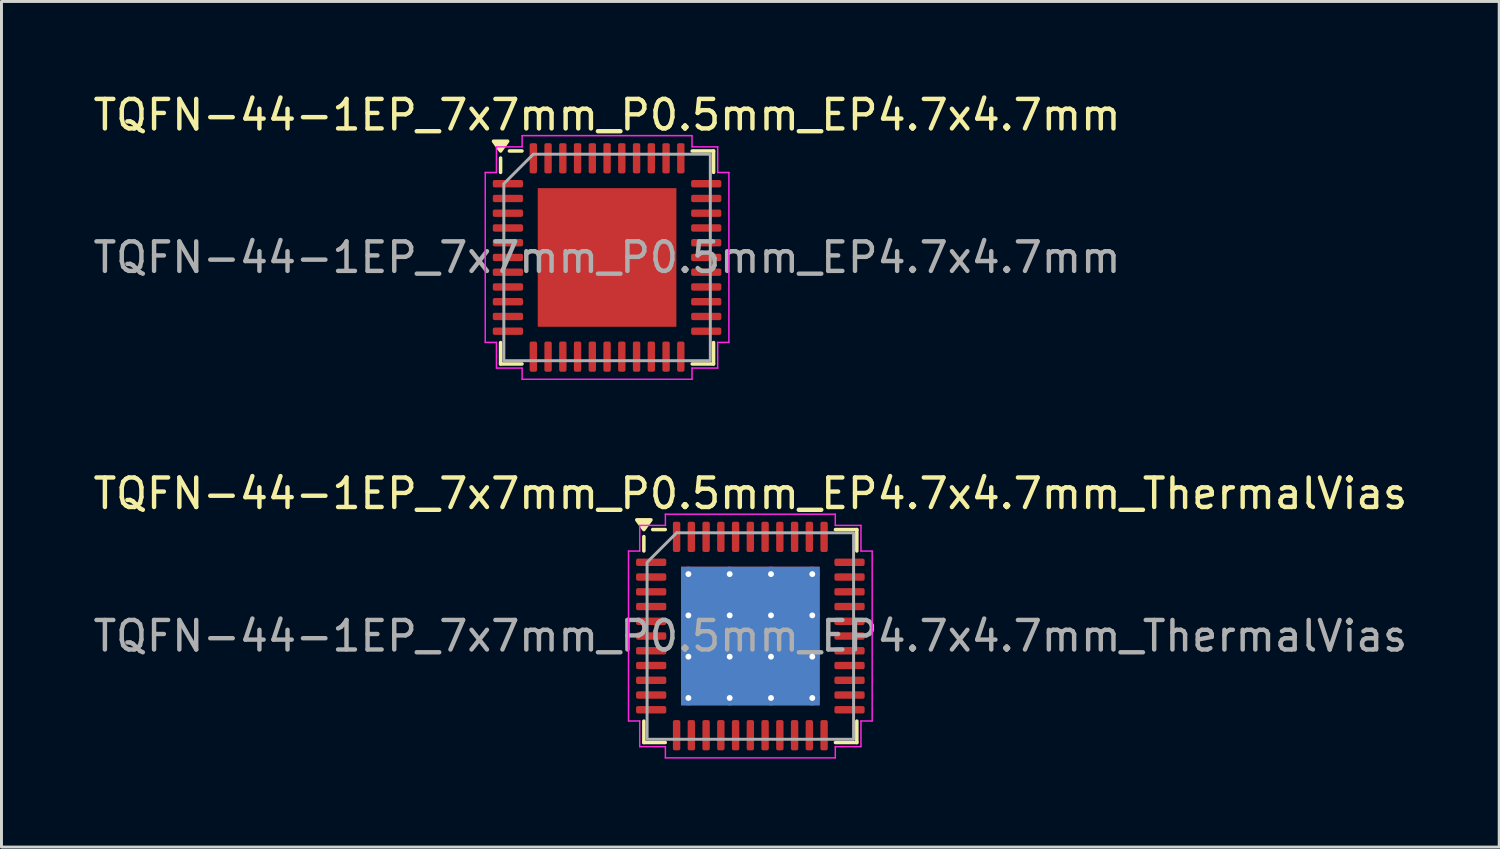
<source format=kicad_pcb>
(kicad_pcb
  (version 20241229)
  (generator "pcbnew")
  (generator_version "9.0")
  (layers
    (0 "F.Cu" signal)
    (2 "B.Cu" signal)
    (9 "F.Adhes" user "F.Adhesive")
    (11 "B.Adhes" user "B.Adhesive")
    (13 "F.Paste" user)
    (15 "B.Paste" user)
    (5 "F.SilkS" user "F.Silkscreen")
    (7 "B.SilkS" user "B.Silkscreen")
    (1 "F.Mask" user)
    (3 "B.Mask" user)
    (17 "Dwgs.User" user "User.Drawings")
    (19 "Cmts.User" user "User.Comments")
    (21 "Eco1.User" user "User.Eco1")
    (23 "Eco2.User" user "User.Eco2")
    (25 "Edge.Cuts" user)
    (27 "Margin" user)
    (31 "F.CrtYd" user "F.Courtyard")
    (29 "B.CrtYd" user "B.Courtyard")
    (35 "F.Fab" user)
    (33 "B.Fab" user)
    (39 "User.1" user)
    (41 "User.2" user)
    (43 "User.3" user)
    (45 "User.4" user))
  (footprint "TQFN-44-1EP_7x7mm_P0.5mm_EP4.7x4.7mm_ThermalVias"
    (layer "F.Cu")
    (at 22.387 18.512)
    (property "Reference" "TQFN-44-1EP_7x7mm_P0.5mm_EP4.7x4.7mm_ThermalVias" (at 0 -4.83 0) (layer "F.SilkS") (effects (font (size 1 1) (thickness 0.15))))
    (attr smd)
    (fp_line (start -3.61 -2.885) (end -3.61 -3.37) (stroke (width 0.12) (type solid)) (layer "F.SilkS"))
    (fp_line (start -3.61 3.61) (end -3.61 2.885) (stroke (width 0.12) (type solid)) (layer "F.SilkS"))
    (fp_line (start -2.885 -3.61) (end -3.31 -3.61) (stroke (width 0.12) (type solid)) (layer "F.SilkS"))
    (fp_line (start -2.885 3.61) (end -3.61 3.61) (stroke (width 0.12) (type solid)) (layer "F.SilkS"))
    (fp_line (start 2.885 -3.61) (end 3.61 -3.61) (stroke (width 0.12) (type solid)) (layer "F.SilkS"))
    (fp_line (start 2.885 3.61) (end 3.61 3.61) (stroke (width 0.12) (type solid)) (layer "F.SilkS"))
    (fp_line (start 3.61 -3.61) (end 3.61 -2.885) (stroke (width 0.12) (type solid)) (layer "F.SilkS"))
    (fp_line (start 3.61 3.61) (end 3.61 2.885) (stroke (width 0.12) (type solid)) (layer "F.SilkS"))
    (fp_poly (pts (xy -3.61 -3.61) (xy -3.85 -3.94) (xy -3.37 -3.94)) (stroke (width 0.12) (type solid)) (fill yes) (layer "F.SilkS"))
    (fp_line (start -4.13 -2.88) (end -3.75 -2.88) (stroke (width 0.05) (type solid)) (layer "F.CrtYd"))
    (fp_line (start -4.13 2.88) (end -4.13 -2.88) (stroke (width 0.05) (type solid)) (layer "F.CrtYd"))
    (fp_line (start -3.75 -3.75) (end -2.88 -3.75) (stroke (width 0.05) (type solid)) (layer "F.CrtYd"))
    (fp_line (start -3.75 -2.88) (end -3.75 -3.75) (stroke (width 0.05) (type solid)) (layer "F.CrtYd"))
    (fp_line (start -3.75 2.88) (end -4.13 2.88) (stroke (width 0.05) (type solid)) (layer "F.CrtYd"))
    (fp_line (start -3.75 3.75) (end -3.75 2.88) (stroke (width 0.05) (type solid)) (layer "F.CrtYd"))
    (fp_line (start -2.88 -4.13) (end 2.88 -4.13) (stroke (width 0.05) (type solid)) (layer "F.CrtYd"))
    (fp_line (start -2.88 -3.75) (end -2.88 -4.13) (stroke (width 0.05) (type solid)) (layer "F.CrtYd"))
    (fp_line (start -2.88 3.75) (end -3.75 3.75) (stroke (width 0.05) (type solid)) (layer "F.CrtYd"))
    (fp_line (start -2.88 4.13) (end -2.88 3.75) (stroke (width 0.05) (type solid)) (layer "F.CrtYd"))
    (fp_line (start 2.88 -4.13) (end 2.88 -3.75) (stroke (width 0.05) (type solid)) (layer "F.CrtYd"))
    (fp_line (start 2.88 -3.75) (end 3.75 -3.75) (stroke (width 0.05) (type solid)) (layer "F.CrtYd"))
    (fp_line (start 2.88 3.75) (end 2.88 4.13) (stroke (width 0.05) (type solid)) (layer "F.CrtYd"))
    (fp_line (start 2.88 4.13) (end -2.88 4.13) (stroke (width 0.05) (type solid)) (layer "F.CrtYd"))
    (fp_line (start 3.75 -3.75) (end 3.75 -2.88) (stroke (width 0.05) (type solid)) (layer "F.CrtYd"))
    (fp_line (start 3.75 -2.88) (end 4.13 -2.88) (stroke (width 0.05) (type solid)) (layer "F.CrtYd"))
    (fp_line (start 3.75 2.88) (end 3.75 3.75) (stroke (width 0.05) (type solid)) (layer "F.CrtYd"))
    (fp_line (start 3.75 3.75) (end 2.88 3.75) (stroke (width 0.05) (type solid)) (layer "F.CrtYd"))
    (fp_line (start 4.13 -2.88) (end 4.13 2.88) (stroke (width 0.05) (type solid)) (layer "F.CrtYd"))
    (fp_line (start 4.13 2.88) (end 3.75 2.88) (stroke (width 0.05) (type solid)) (layer "F.CrtYd"))
    (fp_poly (pts (xy -3.5 -2.5) (xy -3.5 3.5) (xy 3.5 3.5) (xy 3.5 -3.5) (xy -2.5 -3.5)) (stroke (width 0.1) (type solid)) (fill no) (layer "F.Fab"))
    (fp_text user "${REFERENCE}" (at 0 0 0) (layer "F.Fab") (effects (font (size 1 1) (thickness 0.15))))
    (pad "" smd roundrect (at -1.57 -1.57) (size 1.36 1.36) (layers "F.Paste") (roundrect_rratio 0.184))
    (pad "" smd roundrect (at -1.57 0) (size 1.36 1.36) (layers "F.Paste") (roundrect_rratio 0.184))
    (pad "" smd roundrect (at -1.57 1.57) (size 1.36 1.36) (layers "F.Paste") (roundrect_rratio 0.184))
    (pad "" smd roundrect (at 0 -1.57) (size 1.36 1.36) (layers "F.Paste") (roundrect_rratio 0.184))
    (pad "" smd roundrect (at 0 0) (size 1.36 1.36) (layers "F.Paste") (roundrect_rratio 0.184))
    (pad "" smd roundrect (at 0 1.57) (size 1.36 1.36) (layers "F.Paste") (roundrect_rratio 0.184))
    (pad "" smd roundrect (at 1.57 -1.57) (size 1.36 1.36) (layers "F.Paste") (roundrect_rratio 0.184))
    (pad "" smd roundrect (at 1.57 0) (size 1.36 1.36) (layers "F.Paste") (roundrect_rratio 0.184))
    (pad "" smd roundrect (at 1.57 1.57) (size 1.36 1.36) (layers "F.Paste") (roundrect_rratio 0.184))
    (pad "1" smd roundrect (at -3.362 -2.5) (size 1.025 0.25) (layers "F.Cu" "F.Mask" "F.Paste") (roundrect_rratio 0.25))
    (pad "2" smd roundrect (at -3.362 -2) (size 1.025 0.25) (layers "F.Cu" "F.Mask" "F.Paste") (roundrect_rratio 0.25))
    (pad "3" smd roundrect (at -3.362 -1.5) (size 1.025 0.25) (layers "F.Cu" "F.Mask" "F.Paste") (roundrect_rratio 0.25))
    (pad "4" smd roundrect (at -3.362 -1) (size 1.025 0.25) (layers "F.Cu" "F.Mask" "F.Paste") (roundrect_rratio 0.25))
    (pad "5" smd roundrect (at -3.362 -0.5) (size 1.025 0.25) (layers "F.Cu" "F.Mask" "F.Paste") (roundrect_rratio 0.25))
    (pad "6" smd roundrect (at -3.362 0) (size 1.025 0.25) (layers "F.Cu" "F.Mask" "F.Paste") (roundrect_rratio 0.25))
    (pad "7" smd roundrect (at -3.362 0.5) (size 1.025 0.25) (layers "F.Cu" "F.Mask" "F.Paste") (roundrect_rratio 0.25))
    (pad "8" smd roundrect (at -3.362 1) (size 1.025 0.25) (layers "F.Cu" "F.Mask" "F.Paste") (roundrect_rratio 0.25))
    (pad "9" smd roundrect (at -3.362 1.5) (size 1.025 0.25) (layers "F.Cu" "F.Mask" "F.Paste") (roundrect_rratio 0.25))
    (pad "10" smd roundrect (at -3.362 2) (size 1.025 0.25) (layers "F.Cu" "F.Mask" "F.Paste") (roundrect_rratio 0.25))
    (pad "11" smd roundrect (at -3.362 2.5) (size 1.025 0.25) (layers "F.Cu" "F.Mask" "F.Paste") (roundrect_rratio 0.25))
    (pad "12" smd roundrect (at -2.5 3.362) (size 0.25 1.025) (layers "F.Cu" "F.Mask" "F.Paste") (roundrect_rratio 0.25))
    (pad "13" smd roundrect (at -2 3.362) (size 0.25 1.025) (layers "F.Cu" "F.Mask" "F.Paste") (roundrect_rratio 0.25))
    (pad "14" smd roundrect (at -1.5 3.362) (size 0.25 1.025) (layers "F.Cu" "F.Mask" "F.Paste") (roundrect_rratio 0.25))
    (pad "15" smd roundrect (at -1 3.362) (size 0.25 1.025) (layers "F.Cu" "F.Mask" "F.Paste") (roundrect_rratio 0.25))
    (pad "16" smd roundrect (at -0.5 3.362) (size 0.25 1.025) (layers "F.Cu" "F.Mask" "F.Paste") (roundrect_rratio 0.25))
    (pad "17" smd roundrect (at 0 3.362) (size 0.25 1.025) (layers "F.Cu" "F.Mask" "F.Paste") (roundrect_rratio 0.25))
    (pad "18" smd roundrect (at 0.5 3.362) (size 0.25 1.025) (layers "F.Cu" "F.Mask" "F.Paste") (roundrect_rratio 0.25))
    (pad "19" smd roundrect (at 1 3.362) (size 0.25 1.025) (layers "F.Cu" "F.Mask" "F.Paste") (roundrect_rratio 0.25))
    (pad "20" smd roundrect (at 1.5 3.362) (size 0.25 1.025) (layers "F.Cu" "F.Mask" "F.Paste") (roundrect_rratio 0.25))
    (pad "21" smd roundrect (at 2 3.362) (size 0.25 1.025) (layers "F.Cu" "F.Mask" "F.Paste") (roundrect_rratio 0.25))
    (pad "22" smd roundrect (at 2.5 3.362) (size 0.25 1.025) (layers "F.Cu" "F.Mask" "F.Paste") (roundrect_rratio 0.25))
    (pad "23" smd roundrect (at 3.362 2.5) (size 1.025 0.25) (layers "F.Cu" "F.Mask" "F.Paste") (roundrect_rratio 0.25))
    (pad "24" smd roundrect (at 3.362 2) (size 1.025 0.25) (layers "F.Cu" "F.Mask" "F.Paste") (roundrect_rratio 0.25))
    (pad "25" smd roundrect (at 3.362 1.5) (size 1.025 0.25) (layers "F.Cu" "F.Mask" "F.Paste") (roundrect_rratio 0.25))
    (pad "26" smd roundrect (at 3.362 1) (size 1.025 0.25) (layers "F.Cu" "F.Mask" "F.Paste") (roundrect_rratio 0.25))
    (pad "27" smd roundrect (at 3.362 0.5) (size 1.025 0.25) (layers "F.Cu" "F.Mask" "F.Paste") (roundrect_rratio 0.25))
    (pad "28" smd roundrect (at 3.362 0) (size 1.025 0.25) (layers "F.Cu" "F.Mask" "F.Paste") (roundrect_rratio 0.25))
    (pad "29" smd roundrect (at 3.362 -0.5) (size 1.025 0.25) (layers "F.Cu" "F.Mask" "F.Paste") (roundrect_rratio 0.25))
    (pad "30" smd roundrect (at 3.362 -1) (size 1.025 0.25) (layers "F.Cu" "F.Mask" "F.Paste") (roundrect_rratio 0.25))
    (pad "31" smd roundrect (at 3.362 -1.5) (size 1.025 0.25) (layers "F.Cu" "F.Mask" "F.Paste") (roundrect_rratio 0.25))
    (pad "32" smd roundrect (at 3.362 -2) (size 1.025 0.25) (layers "F.Cu" "F.Mask" "F.Paste") (roundrect_rratio 0.25))
    (pad "33" smd roundrect (at 3.362 -2.5) (size 1.025 0.25) (layers "F.Cu" "F.Mask" "F.Paste") (roundrect_rratio 0.25))
    (pad "34" smd roundrect (at 2.5 -3.362) (size 0.25 1.025) (layers "F.Cu" "F.Mask" "F.Paste") (roundrect_rratio 0.25))
    (pad "35" smd roundrect (at 2 -3.362) (size 0.25 1.025) (layers "F.Cu" "F.Mask" "F.Paste") (roundrect_rratio 0.25))
    (pad "36" smd roundrect (at 1.5 -3.362) (size 0.25 1.025) (layers "F.Cu" "F.Mask" "F.Paste") (roundrect_rratio 0.25))
    (pad "37" smd roundrect (at 1 -3.362) (size 0.25 1.025) (layers "F.Cu" "F.Mask" "F.Paste") (roundrect_rratio 0.25))
    (pad "38" smd roundrect (at 0.5 -3.362) (size 0.25 1.025) (layers "F.Cu" "F.Mask" "F.Paste") (roundrect_rratio 0.25))
    (pad "39" smd roundrect (at 0 -3.362) (size 0.25 1.025) (layers "F.Cu" "F.Mask" "F.Paste") (roundrect_rratio 0.25))
    (pad "40" smd roundrect (at -0.5 -3.362) (size 0.25 1.025) (layers "F.Cu" "F.Mask" "F.Paste") (roundrect_rratio 0.25))
    (pad "41" smd roundrect (at -1 -3.362) (size 0.25 1.025) (layers "F.Cu" "F.Mask" "F.Paste") (roundrect_rratio 0.25))
    (pad "42" smd roundrect (at -1.5 -3.362) (size 0.25 1.025) (layers "F.Cu" "F.Mask" "F.Paste") (roundrect_rratio 0.25))
    (pad "43" smd roundrect (at -2 -3.362) (size 0.25 1.025) (layers "F.Cu" "F.Mask" "F.Paste") (roundrect_rratio 0.25))
    (pad "44" smd roundrect (at -2.5 -3.362) (size 0.25 1.025) (layers "F.Cu" "F.Mask" "F.Paste") (roundrect_rratio 0.25))
    (pad "45" thru_hole circle (at -2.1 -2.1) (size 0.5 0.5) (drill 0.2) (property pad_prop_heatsink) (layers "*.Cu"))
    (pad "45" thru_hole circle (at -2.1 -0.7) (size 0.5 0.5) (drill 0.2) (property pad_prop_heatsink) (layers "*.Cu"))
    (pad "45" thru_hole circle (at -2.1 0.7) (size 0.5 0.5) (drill 0.2) (property pad_prop_heatsink) (layers "*.Cu"))
    (pad "45" thru_hole circle (at -2.1 2.1) (size 0.5 0.5) (drill 0.2) (property pad_prop_heatsink) (layers "*.Cu"))
    (pad "45" thru_hole circle (at -0.7 -2.1) (size 0.5 0.5) (drill 0.2) (property pad_prop_heatsink) (layers "*.Cu"))
    (pad "45" thru_hole circle (at -0.7 -0.7) (size 0.5 0.5) (drill 0.2) (property pad_prop_heatsink) (layers "*.Cu"))
    (pad "45" thru_hole circle (at -0.7 0.7) (size 0.5 0.5) (drill 0.2) (property pad_prop_heatsink) (layers "*.Cu"))
    (pad "45" thru_hole circle (at -0.7 2.1) (size 0.5 0.5) (drill 0.2) (property pad_prop_heatsink) (layers "*.Cu"))
    (pad "45" smd rect (at 0 0) (size 4.7 4.7) (property pad_prop_heatsink) (layers "F.Cu" "F.Mask"))
    (pad "45" smd rect (at 0 0) (size 4.7 4.7) (property pad_prop_heatsink) (layers "B.Cu"))
    (pad "45" thru_hole circle (at 0.7 -2.1) (size 0.5 0.5) (drill 0.2) (property pad_prop_heatsink) (layers "*.Cu"))
    (pad "45" thru_hole circle (at 0.7 -0.7) (size 0.5 0.5) (drill 0.2) (property pad_prop_heatsink) (layers "*.Cu"))
    (pad "45" thru_hole circle (at 0.7 0.7) (size 0.5 0.5) (drill 0.2) (property pad_prop_heatsink) (layers "*.Cu"))
    (pad "45" thru_hole circle (at 0.7 2.1) (size 0.5 0.5) (drill 0.2) (property pad_prop_heatsink) (layers "*.Cu"))
    (pad "45" thru_hole circle (at 2.1 -2.1) (size 0.5 0.5) (drill 0.2) (property pad_prop_heatsink) (layers "*.Cu"))
    (pad "45" thru_hole circle (at 2.1 -0.7) (size 0.5 0.5) (drill 0.2) (property pad_prop_heatsink) (layers "*.Cu"))
    (pad "45" thru_hole circle (at 2.1 0.7) (size 0.5 0.5) (drill 0.2) (property pad_prop_heatsink) (layers "*.Cu"))
    (pad "45" thru_hole circle (at 2.1 2.1) (size 0.5 0.5) (drill 0.2) (property pad_prop_heatsink) (layers "*.Cu")))
  (footprint "TQFN-44-1EP_7x7mm_P0.5mm_EP4.7x4.7mm"
    (layer "F.Cu")
    (at 17.53 5.678)
    (property "Reference" "TQFN-44-1EP_7x7mm_P0.5mm_EP4.7x4.7mm" (at 0 -4.83 0) (layer "F.SilkS") (effects (font (size 1 1) (thickness 0.15))))
    (attr smd)
    (fp_line (start -3.61 -2.885) (end -3.61 -3.37) (stroke (width 0.12) (type solid)) (layer "F.SilkS"))
    (fp_line (start -3.61 3.61) (end -3.61 2.885) (stroke (width 0.12) (type solid)) (layer "F.SilkS"))
    (fp_line (start -2.885 -3.61) (end -3.31 -3.61) (stroke (width 0.12) (type solid)) (layer "F.SilkS"))
    (fp_line (start -2.885 3.61) (end -3.61 3.61) (stroke (width 0.12) (type solid)) (layer "F.SilkS"))
    (fp_line (start 2.885 -3.61) (end 3.61 -3.61) (stroke (width 0.12) (type solid)) (layer "F.SilkS"))
    (fp_line (start 2.885 3.61) (end 3.61 3.61) (stroke (width 0.12) (type solid)) (layer "F.SilkS"))
    (fp_line (start 3.61 -3.61) (end 3.61 -2.885) (stroke (width 0.12) (type solid)) (layer "F.SilkS"))
    (fp_line (start 3.61 3.61) (end 3.61 2.885) (stroke (width 0.12) (type solid)) (layer "F.SilkS"))
    (fp_poly (pts (xy -3.61 -3.61) (xy -3.85 -3.94) (xy -3.37 -3.94)) (stroke (width 0.12) (type solid)) (fill yes) (layer "F.SilkS"))
    (fp_line (start -4.13 -2.88) (end -3.75 -2.88) (stroke (width 0.05) (type solid)) (layer "F.CrtYd"))
    (fp_line (start -4.13 2.88) (end -4.13 -2.88) (stroke (width 0.05) (type solid)) (layer "F.CrtYd"))
    (fp_line (start -3.75 -3.75) (end -2.88 -3.75) (stroke (width 0.05) (type solid)) (layer "F.CrtYd"))
    (fp_line (start -3.75 -2.88) (end -3.75 -3.75) (stroke (width 0.05) (type solid)) (layer "F.CrtYd"))
    (fp_line (start -3.75 2.88) (end -4.13 2.88) (stroke (width 0.05) (type solid)) (layer "F.CrtYd"))
    (fp_line (start -3.75 3.75) (end -3.75 2.88) (stroke (width 0.05) (type solid)) (layer "F.CrtYd"))
    (fp_line (start -2.88 -4.13) (end 2.88 -4.13) (stroke (width 0.05) (type solid)) (layer "F.CrtYd"))
    (fp_line (start -2.88 -3.75) (end -2.88 -4.13) (stroke (width 0.05) (type solid)) (layer "F.CrtYd"))
    (fp_line (start -2.88 3.75) (end -3.75 3.75) (stroke (width 0.05) (type solid)) (layer "F.CrtYd"))
    (fp_line (start -2.88 4.13) (end -2.88 3.75) (stroke (width 0.05) (type solid)) (layer "F.CrtYd"))
    (fp_line (start 2.88 -4.13) (end 2.88 -3.75) (stroke (width 0.05) (type solid)) (layer "F.CrtYd"))
    (fp_line (start 2.88 -3.75) (end 3.75 -3.75) (stroke (width 0.05) (type solid)) (layer "F.CrtYd"))
    (fp_line (start 2.88 3.75) (end 2.88 4.13) (stroke (width 0.05) (type solid)) (layer "F.CrtYd"))
    (fp_line (start 2.88 4.13) (end -2.88 4.13) (stroke (width 0.05) (type solid)) (layer "F.CrtYd"))
    (fp_line (start 3.75 -3.75) (end 3.75 -2.88) (stroke (width 0.05) (type solid)) (layer "F.CrtYd"))
    (fp_line (start 3.75 -2.88) (end 4.13 -2.88) (stroke (width 0.05) (type solid)) (layer "F.CrtYd"))
    (fp_line (start 3.75 2.88) (end 3.75 3.75) (stroke (width 0.05) (type solid)) (layer "F.CrtYd"))
    (fp_line (start 3.75 3.75) (end 2.88 3.75) (stroke (width 0.05) (type solid)) (layer "F.CrtYd"))
    (fp_line (start 4.13 -2.88) (end 4.13 2.88) (stroke (width 0.05) (type solid)) (layer "F.CrtYd"))
    (fp_line (start 4.13 2.88) (end 3.75 2.88) (stroke (width 0.05) (type solid)) (layer "F.CrtYd"))
    (fp_poly (pts (xy -3.5 -2.5) (xy -3.5 3.5) (xy 3.5 3.5) (xy 3.5 -3.5) (xy -2.5 -3.5)) (stroke (width 0.1) (type solid)) (fill no) (layer "F.Fab"))
    (fp_text user "${REFERENCE}" (at 0 0 0) (layer "F.Fab") (effects (font (size 1 1) (thickness 0.15))))
    (pad "" smd roundrect (at -1.57 -1.57) (size 1.26 1.26) (layers "F.Paste") (roundrect_rratio 0.198))
    (pad "" smd roundrect (at -1.57 0) (size 1.26 1.26) (layers "F.Paste") (roundrect_rratio 0.198))
    (pad "" smd roundrect (at -1.57 1.57) (size 1.26 1.26) (layers "F.Paste") (roundrect_rratio 0.198))
    (pad "" smd roundrect (at 0 -1.57) (size 1.26 1.26) (layers "F.Paste") (roundrect_rratio 0.198))
    (pad "" smd roundrect (at 0 0) (size 1.26 1.26) (layers "F.Paste") (roundrect_rratio 0.198))
    (pad "" smd roundrect (at 0 1.57) (size 1.26 1.26) (layers "F.Paste") (roundrect_rratio 0.198))
    (pad "" smd roundrect (at 1.57 -1.57) (size 1.26 1.26) (layers "F.Paste") (roundrect_rratio 0.198))
    (pad "" smd roundrect (at 1.57 0) (size 1.26 1.26) (layers "F.Paste") (roundrect_rratio 0.198))
    (pad "" smd roundrect (at 1.57 1.57) (size 1.26 1.26) (layers "F.Paste") (roundrect_rratio 0.198))
    (pad "1" smd roundrect (at -3.362 -2.5) (size 1.025 0.25) (layers "F.Cu" "F.Mask" "F.Paste") (roundrect_rratio 0.25))
    (pad "2" smd roundrect (at -3.362 -2) (size 1.025 0.25) (layers "F.Cu" "F.Mask" "F.Paste") (roundrect_rratio 0.25))
    (pad "3" smd roundrect (at -3.362 -1.5) (size 1.025 0.25) (layers "F.Cu" "F.Mask" "F.Paste") (roundrect_rratio 0.25))
    (pad "4" smd roundrect (at -3.362 -1) (size 1.025 0.25) (layers "F.Cu" "F.Mask" "F.Paste") (roundrect_rratio 0.25))
    (pad "5" smd roundrect (at -3.362 -0.5) (size 1.025 0.25) (layers "F.Cu" "F.Mask" "F.Paste") (roundrect_rratio 0.25))
    (pad "6" smd roundrect (at -3.362 0) (size 1.025 0.25) (layers "F.Cu" "F.Mask" "F.Paste") (roundrect_rratio 0.25))
    (pad "7" smd roundrect (at -3.362 0.5) (size 1.025 0.25) (layers "F.Cu" "F.Mask" "F.Paste") (roundrect_rratio 0.25))
    (pad "8" smd roundrect (at -3.362 1) (size 1.025 0.25) (layers "F.Cu" "F.Mask" "F.Paste") (roundrect_rratio 0.25))
    (pad "9" smd roundrect (at -3.362 1.5) (size 1.025 0.25) (layers "F.Cu" "F.Mask" "F.Paste") (roundrect_rratio 0.25))
    (pad "10" smd roundrect (at -3.362 2) (size 1.025 0.25) (layers "F.Cu" "F.Mask" "F.Paste") (roundrect_rratio 0.25))
    (pad "11" smd roundrect (at -3.362 2.5) (size 1.025 0.25) (layers "F.Cu" "F.Mask" "F.Paste") (roundrect_rratio 0.25))
    (pad "12" smd roundrect (at -2.5 3.362) (size 0.25 1.025) (layers "F.Cu" "F.Mask" "F.Paste") (roundrect_rratio 0.25))
    (pad "13" smd roundrect (at -2 3.362) (size 0.25 1.025) (layers "F.Cu" "F.Mask" "F.Paste") (roundrect_rratio 0.25))
    (pad "14" smd roundrect (at -1.5 3.362) (size 0.25 1.025) (layers "F.Cu" "F.Mask" "F.Paste") (roundrect_rratio 0.25))
    (pad "15" smd roundrect (at -1 3.362) (size 0.25 1.025) (layers "F.Cu" "F.Mask" "F.Paste") (roundrect_rratio 0.25))
    (pad "16" smd roundrect (at -0.5 3.362) (size 0.25 1.025) (layers "F.Cu" "F.Mask" "F.Paste") (roundrect_rratio 0.25))
    (pad "17" smd roundrect (at 0 3.362) (size 0.25 1.025) (layers "F.Cu" "F.Mask" "F.Paste") (roundrect_rratio 0.25))
    (pad "18" smd roundrect (at 0.5 3.362) (size 0.25 1.025) (layers "F.Cu" "F.Mask" "F.Paste") (roundrect_rratio 0.25))
    (pad "19" smd roundrect (at 1 3.362) (size 0.25 1.025) (layers "F.Cu" "F.Mask" "F.Paste") (roundrect_rratio 0.25))
    (pad "20" smd roundrect (at 1.5 3.362) (size 0.25 1.025) (layers "F.Cu" "F.Mask" "F.Paste") (roundrect_rratio 0.25))
    (pad "21" smd roundrect (at 2 3.362) (size 0.25 1.025) (layers "F.Cu" "F.Mask" "F.Paste") (roundrect_rratio 0.25))
    (pad "22" smd roundrect (at 2.5 3.362) (size 0.25 1.025) (layers "F.Cu" "F.Mask" "F.Paste") (roundrect_rratio 0.25))
    (pad "23" smd roundrect (at 3.362 2.5) (size 1.025 0.25) (layers "F.Cu" "F.Mask" "F.Paste") (roundrect_rratio 0.25))
    (pad "24" smd roundrect (at 3.362 2) (size 1.025 0.25) (layers "F.Cu" "F.Mask" "F.Paste") (roundrect_rratio 0.25))
    (pad "25" smd roundrect (at 3.362 1.5) (size 1.025 0.25) (layers "F.Cu" "F.Mask" "F.Paste") (roundrect_rratio 0.25))
    (pad "26" smd roundrect (at 3.362 1) (size 1.025 0.25) (layers "F.Cu" "F.Mask" "F.Paste") (roundrect_rratio 0.25))
    (pad "27" smd roundrect (at 3.362 0.5) (size 1.025 0.25) (layers "F.Cu" "F.Mask" "F.Paste") (roundrect_rratio 0.25))
    (pad "28" smd roundrect (at 3.362 0) (size 1.025 0.25) (layers "F.Cu" "F.Mask" "F.Paste") (roundrect_rratio 0.25))
    (pad "29" smd roundrect (at 3.362 -0.5) (size 1.025 0.25) (layers "F.Cu" "F.Mask" "F.Paste") (roundrect_rratio 0.25))
    (pad "30" smd roundrect (at 3.362 -1) (size 1.025 0.25) (layers "F.Cu" "F.Mask" "F.Paste") (roundrect_rratio 0.25))
    (pad "31" smd roundrect (at 3.362 -1.5) (size 1.025 0.25) (layers "F.Cu" "F.Mask" "F.Paste") (roundrect_rratio 0.25))
    (pad "32" smd roundrect (at 3.362 -2) (size 1.025 0.25) (layers "F.Cu" "F.Mask" "F.Paste") (roundrect_rratio 0.25))
    (pad "33" smd roundrect (at 3.362 -2.5) (size 1.025 0.25) (layers "F.Cu" "F.Mask" "F.Paste") (roundrect_rratio 0.25))
    (pad "34" smd roundrect (at 2.5 -3.362) (size 0.25 1.025) (layers "F.Cu" "F.Mask" "F.Paste") (roundrect_rratio 0.25))
    (pad "35" smd roundrect (at 2 -3.362) (size 0.25 1.025) (layers "F.Cu" "F.Mask" "F.Paste") (roundrect_rratio 0.25))
    (pad "36" smd roundrect (at 1.5 -3.362) (size 0.25 1.025) (layers "F.Cu" "F.Mask" "F.Paste") (roundrect_rratio 0.25))
    (pad "37" smd roundrect (at 1 -3.362) (size 0.25 1.025) (layers "F.Cu" "F.Mask" "F.Paste") (roundrect_rratio 0.25))
    (pad "38" smd roundrect (at 0.5 -3.362) (size 0.25 1.025) (layers "F.Cu" "F.Mask" "F.Paste") (roundrect_rratio 0.25))
    (pad "39" smd roundrect (at 0 -3.362) (size 0.25 1.025) (layers "F.Cu" "F.Mask" "F.Paste") (roundrect_rratio 0.25))
    (pad "40" smd roundrect (at -0.5 -3.362) (size 0.25 1.025) (layers "F.Cu" "F.Mask" "F.Paste") (roundrect_rratio 0.25))
    (pad "41" smd roundrect (at -1 -3.362) (size 0.25 1.025) (layers "F.Cu" "F.Mask" "F.Paste") (roundrect_rratio 0.25))
    (pad "42" smd roundrect (at -1.5 -3.362) (size 0.25 1.025) (layers "F.Cu" "F.Mask" "F.Paste") (roundrect_rratio 0.25))
    (pad "43" smd roundrect (at -2 -3.362) (size 0.25 1.025) (layers "F.Cu" "F.Mask" "F.Paste") (roundrect_rratio 0.25))
    (pad "44" smd roundrect (at -2.5 -3.362) (size 0.25 1.025) (layers "F.Cu" "F.Mask" "F.Paste") (roundrect_rratio 0.25))
    (pad "45" smd rect (at 0 0) (size 4.7 4.7) (property pad_prop_heatsink) (layers "F.Cu" "F.Mask")))
  (gr_rect
    (start -3 -3)
    (end 47.774 25.666)
    (stroke (width 0.1) (type default))
    (fill no)
    (layer "Edge.Cuts")))
</source>
